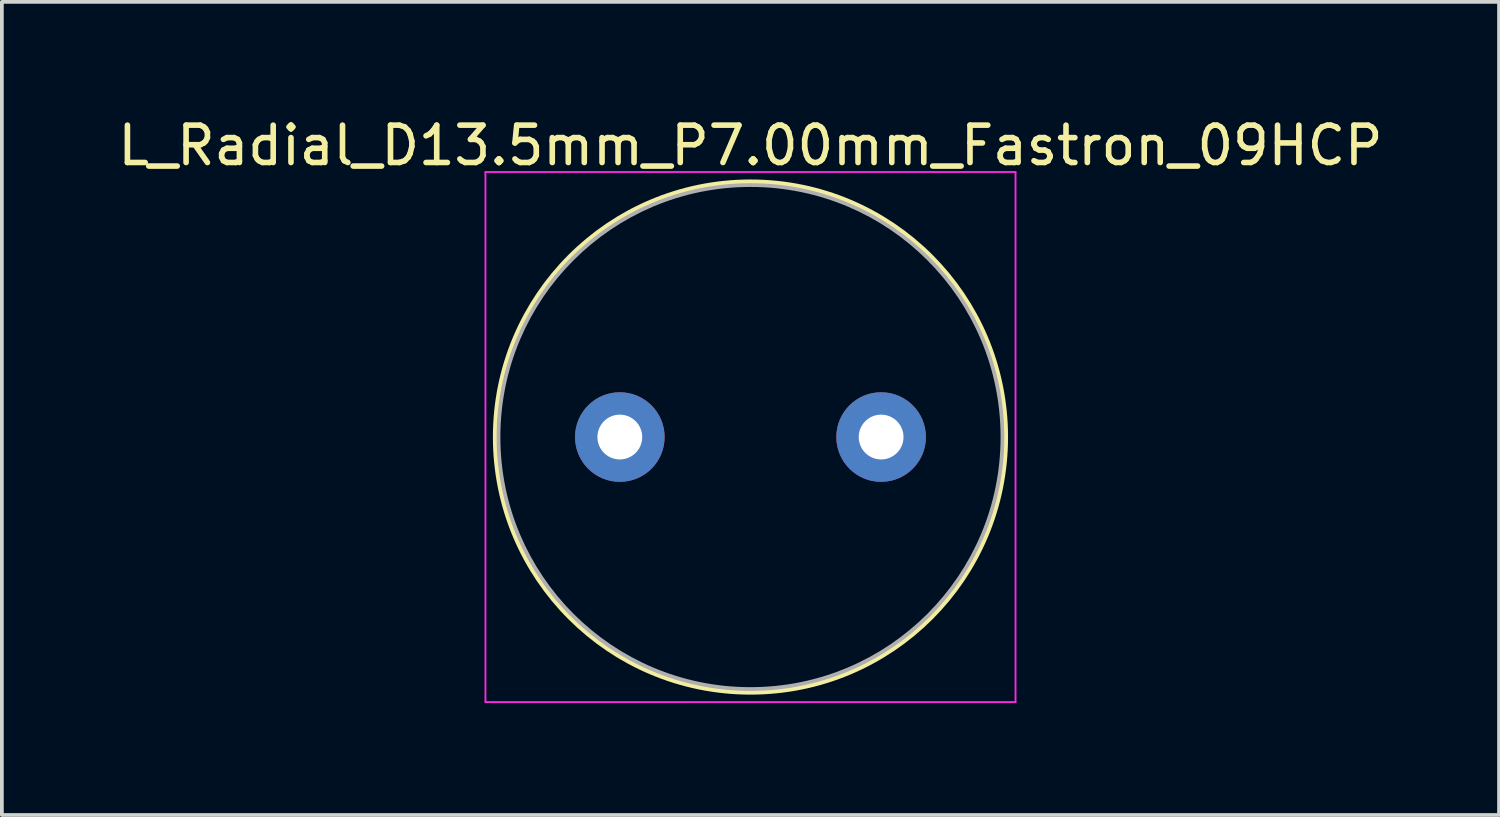
<source format=kicad_pcb>
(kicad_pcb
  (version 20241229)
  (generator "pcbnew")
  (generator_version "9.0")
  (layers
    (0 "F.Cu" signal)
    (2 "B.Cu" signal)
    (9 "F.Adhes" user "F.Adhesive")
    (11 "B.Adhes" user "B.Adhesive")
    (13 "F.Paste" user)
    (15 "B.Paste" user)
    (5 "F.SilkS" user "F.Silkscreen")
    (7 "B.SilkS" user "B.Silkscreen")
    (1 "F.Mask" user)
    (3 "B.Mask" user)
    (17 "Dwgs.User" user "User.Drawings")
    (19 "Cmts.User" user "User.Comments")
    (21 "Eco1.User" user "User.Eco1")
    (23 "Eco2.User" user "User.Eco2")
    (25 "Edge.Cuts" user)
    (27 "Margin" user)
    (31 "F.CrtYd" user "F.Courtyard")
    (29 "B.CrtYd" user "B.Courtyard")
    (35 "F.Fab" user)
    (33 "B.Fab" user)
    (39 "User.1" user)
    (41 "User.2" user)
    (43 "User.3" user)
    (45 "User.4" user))
  (footprint "L_Radial_D13.5mm_P7.00mm_Fastron_09HCP"
    (layer "F.Cu")
    (at 13.554 8.658)
    (property "Reference" "L_Radial_D13.5mm_P7.00mm_Fastron_09HCP" (at 3.5 -7.81 0) (layer "F.SilkS") (effects (font (size 1 1) (thickness 0.15))))
    (attr through_hole)
    (fp_circle (center 3.5 0) (end 10.34 0) (stroke (width 0.12) (type solid)) (fill no) (layer "F.SilkS"))
    (fp_line (start -3.6 -7.1) (end -3.6 7.1) (stroke (width 0.05) (type solid)) (layer "F.CrtYd"))
    (fp_line (start -3.6 7.1) (end 10.6 7.1) (stroke (width 0.05) (type solid)) (layer "F.CrtYd"))
    (fp_line (start 10.6 -7.1) (end -3.6 -7.1) (stroke (width 0.05) (type solid)) (layer "F.CrtYd"))
    (fp_line (start 10.6 7.1) (end 10.6 -7.1) (stroke (width 0.05) (type solid)) (layer "F.CrtYd"))
    (fp_circle (center 3.5 0) (end 10.25 0) (stroke (width 0.1) (type solid)) (fill no) (layer "F.Fab"))
    (pad "1" thru_hole circle (at 0 0) (size 2.4 2.4) (drill 1.2) (layers "*.Cu" "*.Mask"))
    (pad "2" thru_hole circle (at 7 0) (size 2.4 2.4) (drill 1.2) (layers "*.Cu" "*.Mask")))
  (gr_rect
    (start -3 -3)
    (end 37.107 18.783)
    (stroke (width 0.1) (type default))
    (fill no)
    (layer "Edge.Cuts")))
</source>
